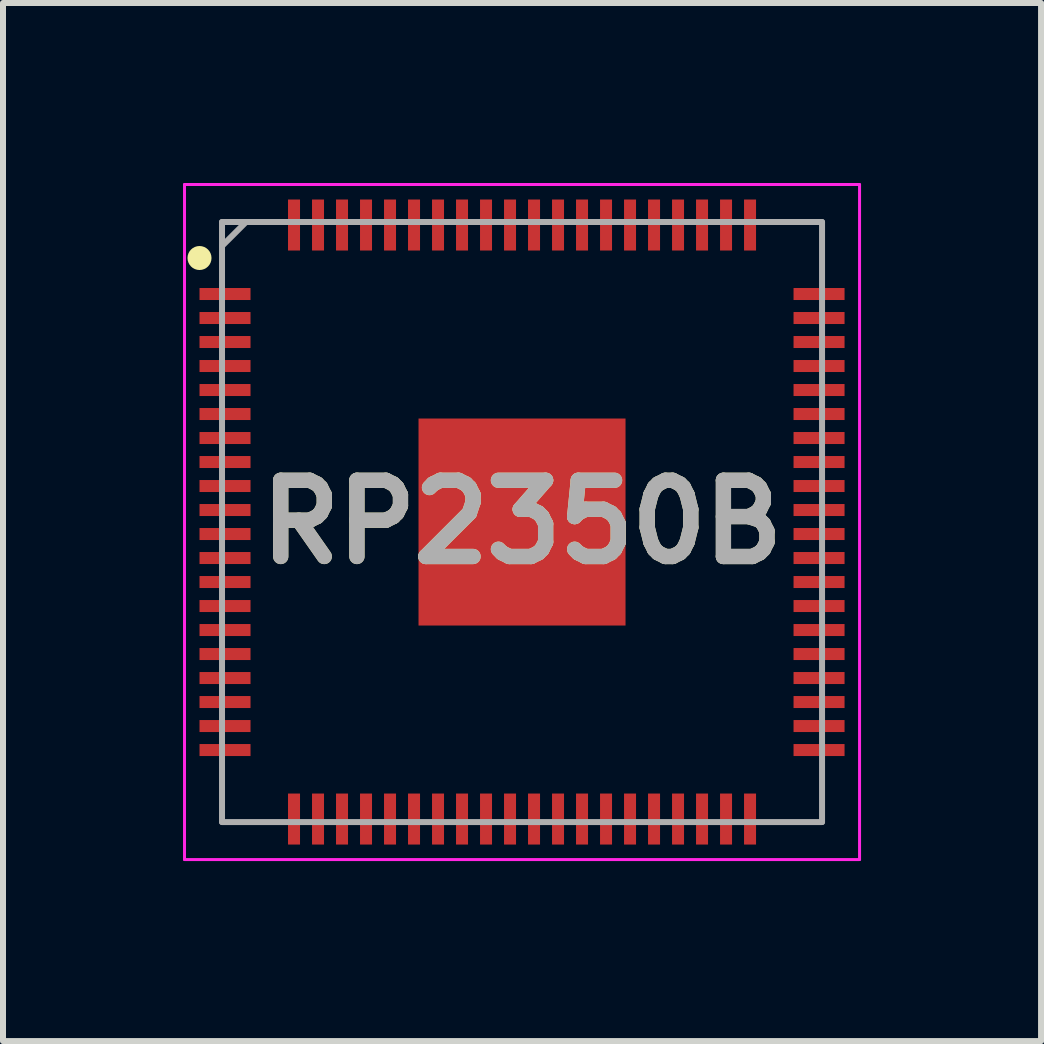
<source format=kicad_pcb>
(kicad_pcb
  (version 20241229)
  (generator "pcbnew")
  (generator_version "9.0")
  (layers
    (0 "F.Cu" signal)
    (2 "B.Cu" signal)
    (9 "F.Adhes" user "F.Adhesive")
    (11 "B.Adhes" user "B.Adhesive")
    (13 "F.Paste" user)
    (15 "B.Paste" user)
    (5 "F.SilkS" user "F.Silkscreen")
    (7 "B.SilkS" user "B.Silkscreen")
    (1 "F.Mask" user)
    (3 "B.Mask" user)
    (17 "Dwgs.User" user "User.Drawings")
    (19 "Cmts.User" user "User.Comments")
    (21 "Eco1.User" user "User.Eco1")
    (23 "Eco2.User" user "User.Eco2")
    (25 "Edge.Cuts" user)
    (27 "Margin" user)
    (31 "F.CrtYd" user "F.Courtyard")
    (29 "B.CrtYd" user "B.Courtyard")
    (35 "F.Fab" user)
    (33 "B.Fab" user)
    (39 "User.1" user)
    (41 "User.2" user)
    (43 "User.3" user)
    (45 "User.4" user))
  (footprint "RP2350B"
    (layer "F.Cu")
    (at 5.65 5.65)
    (property "Reference" "RP2350B" (at 0 0 0) (layer "F.SilkS") (effects (font (size 1.27 1.27) (thickness 0.254))))
    (attr smd)
    (fp_circle (center -5.375 -4.4) (end -5.375 -4.3) (stroke (width 0.2) (type solid)) (fill no) (layer "F.SilkS"))
    (fp_line (start -5.625 -5.625) (end 5.625 -5.625) (stroke (width 0.05) (type solid)) (layer "F.CrtYd"))
    (fp_line (start -5.625 5.625) (end -5.625 -5.625) (stroke (width 0.05) (type solid)) (layer "F.CrtYd"))
    (fp_line (start 5.625 -5.625) (end 5.625 5.625) (stroke (width 0.05) (type solid)) (layer "F.CrtYd"))
    (fp_line (start 5.625 5.625) (end -5.625 5.625) (stroke (width 0.05) (type solid)) (layer "F.CrtYd"))
    (fp_line (start -5 -5) (end 5 -5) (stroke (width 0.1) (type solid)) (layer "F.Fab"))
    (fp_line (start -5 -4.6) (end -4.6 -5) (stroke (width 0.1) (type solid)) (layer "F.Fab"))
    (fp_line (start -5 5) (end -5 -5) (stroke (width 0.1) (type solid)) (layer "F.Fab"))
    (fp_line (start 5 -5) (end 5 5) (stroke (width 0.1) (type solid)) (layer "F.Fab"))
    (fp_line (start 5 5) (end -5 5) (stroke (width 0.1) (type solid)) (layer "F.Fab"))
    (fp_text user "${REFERENCE}" (at 0 0 0) (layer "F.Fab") (effects (font (size 1.27 1.27) (thickness 0.254))))
    (pad "1" smd rect (at -4.95 -3.8 90) (size 0.2 0.85) (layers "F.Cu" "F.Mask" "F.Paste"))
    (pad "2" smd rect (at -4.95 -3.4 90) (size 0.2 0.85) (layers "F.Cu" "F.Mask" "F.Paste"))
    (pad "3" smd rect (at -4.95 -3 90) (size 0.2 0.85) (layers "F.Cu" "F.Mask" "F.Paste"))
    (pad "4" smd rect (at -4.95 -2.6 90) (size 0.2 0.85) (layers "F.Cu" "F.Mask" "F.Paste"))
    (pad "5" smd rect (at -4.95 -2.2 90) (size 0.2 0.85) (layers "F.Cu" "F.Mask" "F.Paste"))
    (pad "6" smd rect (at -4.95 -1.8 90) (size 0.2 0.85) (layers "F.Cu" "F.Mask" "F.Paste"))
    (pad "7" smd rect (at -4.95 -1.4 90) (size 0.2 0.85) (layers "F.Cu" "F.Mask" "F.Paste"))
    (pad "8" smd rect (at -4.95 -1 90) (size 0.2 0.85) (layers "F.Cu" "F.Mask" "F.Paste"))
    (pad "9" smd rect (at -4.95 -0.6 90) (size 0.2 0.85) (layers "F.Cu" "F.Mask" "F.Paste"))
    (pad "10" smd rect (at -4.95 -0.2 90) (size 0.2 0.85) (layers "F.Cu" "F.Mask" "F.Paste"))
    (pad "11" smd rect (at -4.95 0.2 90) (size 0.2 0.85) (layers "F.Cu" "F.Mask" "F.Paste"))
    (pad "12" smd rect (at -4.95 0.6 90) (size 0.2 0.85) (layers "F.Cu" "F.Mask" "F.Paste"))
    (pad "13" smd rect (at -4.95 1 90) (size 0.2 0.85) (layers "F.Cu" "F.Mask" "F.Paste"))
    (pad "14" smd rect (at -4.95 1.4 90) (size 0.2 0.85) (layers "F.Cu" "F.Mask" "F.Paste"))
    (pad "15" smd rect (at -4.95 1.8 90) (size 0.2 0.85) (layers "F.Cu" "F.Mask" "F.Paste"))
    (pad "16" smd rect (at -4.95 2.2 90) (size 0.2 0.85) (layers "F.Cu" "F.Mask" "F.Paste"))
    (pad "17" smd rect (at -4.95 2.6 90) (size 0.2 0.85) (layers "F.Cu" "F.Mask" "F.Paste"))
    (pad "18" smd rect (at -4.95 3 90) (size 0.2 0.85) (layers "F.Cu" "F.Mask" "F.Paste"))
    (pad "19" smd rect (at -4.95 3.4 90) (size 0.2 0.85) (layers "F.Cu" "F.Mask" "F.Paste"))
    (pad "20" smd rect (at -4.95 3.8 90) (size 0.2 0.85) (layers "F.Cu" "F.Mask" "F.Paste"))
    (pad "21" smd rect (at -3.8 4.95) (size 0.2 0.85) (layers "F.Cu" "F.Mask" "F.Paste"))
    (pad "22" smd rect (at -3.4 4.95) (size 0.2 0.85) (layers "F.Cu" "F.Mask" "F.Paste"))
    (pad "23" smd rect (at -3 4.95) (size 0.2 0.85) (layers "F.Cu" "F.Mask" "F.Paste"))
    (pad "24" smd rect (at -2.6 4.95) (size 0.2 0.85) (layers "F.Cu" "F.Mask" "F.Paste"))
    (pad "25" smd rect (at -2.2 4.95) (size 0.2 0.85) (layers "F.Cu" "F.Mask" "F.Paste"))
    (pad "26" smd rect (at -1.8 4.95) (size 0.2 0.85) (layers "F.Cu" "F.Mask" "F.Paste"))
    (pad "27" smd rect (at -1.4 4.95) (size 0.2 0.85) (layers "F.Cu" "F.Mask" "F.Paste"))
    (pad "28" smd rect (at -1 4.95) (size 0.2 0.85) (layers "F.Cu" "F.Mask" "F.Paste"))
    (pad "29" smd rect (at -0.6 4.95) (size 0.2 0.85) (layers "F.Cu" "F.Mask" "F.Paste"))
    (pad "30" smd rect (at -0.2 4.95) (size 0.2 0.85) (layers "F.Cu" "F.Mask" "F.Paste"))
    (pad "31" smd rect (at 0.2 4.95) (size 0.2 0.85) (layers "F.Cu" "F.Mask" "F.Paste"))
    (pad "32" smd rect (at 0.6 4.95) (size 0.2 0.85) (layers "F.Cu" "F.Mask" "F.Paste"))
    (pad "33" smd rect (at 1 4.95) (size 0.2 0.85) (layers "F.Cu" "F.Mask" "F.Paste"))
    (pad "34" smd rect (at 1.4 4.95) (size 0.2 0.85) (layers "F.Cu" "F.Mask" "F.Paste"))
    (pad "35" smd rect (at 1.8 4.95) (size 0.2 0.85) (layers "F.Cu" "F.Mask" "F.Paste"))
    (pad "36" smd rect (at 2.2 4.95) (size 0.2 0.85) (layers "F.Cu" "F.Mask" "F.Paste"))
    (pad "37" smd rect (at 2.6 4.95) (size 0.2 0.85) (layers "F.Cu" "F.Mask" "F.Paste"))
    (pad "38" smd rect (at 3 4.95) (size 0.2 0.85) (layers "F.Cu" "F.Mask" "F.Paste"))
    (pad "39" smd rect (at 3.4 4.95) (size 0.2 0.85) (layers "F.Cu" "F.Mask" "F.Paste"))
    (pad "40" smd rect (at 3.8 4.95) (size 0.2 0.85) (layers "F.Cu" "F.Mask" "F.Paste"))
    (pad "41" smd rect (at 4.95 3.8 90) (size 0.2 0.85) (layers "F.Cu" "F.Mask" "F.Paste"))
    (pad "42" smd rect (at 4.95 3.4 90) (size 0.2 0.85) (layers "F.Cu" "F.Mask" "F.Paste"))
    (pad "43" smd rect (at 4.95 3 90) (size 0.2 0.85) (layers "F.Cu" "F.Mask" "F.Paste"))
    (pad "44" smd rect (at 4.95 2.6 90) (size 0.2 0.85) (layers "F.Cu" "F.Mask" "F.Paste"))
    (pad "45" smd rect (at 4.95 2.2 90) (size 0.2 0.85) (layers "F.Cu" "F.Mask" "F.Paste"))
    (pad "46" smd rect (at 4.95 1.8 90) (size 0.2 0.85) (layers "F.Cu" "F.Mask" "F.Paste"))
    (pad "47" smd rect (at 4.95 1.4 90) (size 0.2 0.85) (layers "F.Cu" "F.Mask" "F.Paste"))
    (pad "48" smd rect (at 4.95 1 90) (size 0.2 0.85) (layers "F.Cu" "F.Mask" "F.Paste"))
    (pad "49" smd rect (at 4.95 0.6 90) (size 0.2 0.85) (layers "F.Cu" "F.Mask" "F.Paste"))
    (pad "50" smd rect (at 4.95 0.2 90) (size 0.2 0.85) (layers "F.Cu" "F.Mask" "F.Paste"))
    (pad "51" smd rect (at 4.95 -0.2 90) (size 0.2 0.85) (layers "F.Cu" "F.Mask" "F.Paste"))
    (pad "52" smd rect (at 4.95 -0.6 90) (size 0.2 0.85) (layers "F.Cu" "F.Mask" "F.Paste"))
    (pad "53" smd rect (at 4.95 -1 90) (size 0.2 0.85) (layers "F.Cu" "F.Mask" "F.Paste"))
    (pad "54" smd rect (at 4.95 -1.4 90) (size 0.2 0.85) (layers "F.Cu" "F.Mask" "F.Paste"))
    (pad "55" smd rect (at 4.95 -1.8 90) (size 0.2 0.85) (layers "F.Cu" "F.Mask" "F.Paste"))
    (pad "56" smd rect (at 4.95 -2.2 90) (size 0.2 0.85) (layers "F.Cu" "F.Mask" "F.Paste"))
    (pad "57" smd rect (at 4.95 -2.6 90) (size 0.2 0.85) (layers "F.Cu" "F.Mask" "F.Paste"))
    (pad "58" smd rect (at 4.95 -3 90) (size 0.2 0.85) (layers "F.Cu" "F.Mask" "F.Paste"))
    (pad "59" smd rect (at 4.95 -3.4 90) (size 0.2 0.85) (layers "F.Cu" "F.Mask" "F.Paste"))
    (pad "60" smd rect (at 4.95 -3.8 90) (size 0.2 0.85) (layers "F.Cu" "F.Mask" "F.Paste"))
    (pad "61" smd rect (at 3.8 -4.95) (size 0.2 0.85) (layers "F.Cu" "F.Mask" "F.Paste"))
    (pad "62" smd rect (at 3.4 -4.95) (size 0.2 0.85) (layers "F.Cu" "F.Mask" "F.Paste"))
    (pad "63" smd rect (at 3 -4.95) (size 0.2 0.85) (layers "F.Cu" "F.Mask" "F.Paste"))
    (pad "64" smd rect (at 2.6 -4.95) (size 0.2 0.85) (layers "F.Cu" "F.Mask" "F.Paste"))
    (pad "65" smd rect (at 2.2 -4.95) (size 0.2 0.85) (layers "F.Cu" "F.Mask" "F.Paste"))
    (pad "66" smd rect (at 1.8 -4.95) (size 0.2 0.85) (layers "F.Cu" "F.Mask" "F.Paste"))
    (pad "67" smd rect (at 1.4 -4.95) (size 0.2 0.85) (layers "F.Cu" "F.Mask" "F.Paste"))
    (pad "68" smd rect (at 1 -4.95) (size 0.2 0.85) (layers "F.Cu" "F.Mask" "F.Paste"))
    (pad "69" smd rect (at 0.6 -4.95) (size 0.2 0.85) (layers "F.Cu" "F.Mask" "F.Paste"))
    (pad "70" smd rect (at 0.2 -4.95) (size 0.2 0.85) (layers "F.Cu" "F.Mask" "F.Paste"))
    (pad "71" smd rect (at -0.2 -4.95) (size 0.2 0.85) (layers "F.Cu" "F.Mask" "F.Paste"))
    (pad "72" smd rect (at -0.6 -4.95) (size 0.2 0.85) (layers "F.Cu" "F.Mask" "F.Paste"))
    (pad "73" smd rect (at -1 -4.95) (size 0.2 0.85) (layers "F.Cu" "F.Mask" "F.Paste"))
    (pad "74" smd rect (at -1.4 -4.95) (size 0.2 0.85) (layers "F.Cu" "F.Mask" "F.Paste"))
    (pad "75" smd rect (at -1.8 -4.95) (size 0.2 0.85) (layers "F.Cu" "F.Mask" "F.Paste"))
    (pad "76" smd rect (at -2.2 -4.95) (size 0.2 0.85) (layers "F.Cu" "F.Mask" "F.Paste"))
    (pad "77" smd rect (at -2.6 -4.95) (size 0.2 0.85) (layers "F.Cu" "F.Mask" "F.Paste"))
    (pad "78" smd rect (at -3 -4.95) (size 0.2 0.85) (layers "F.Cu" "F.Mask" "F.Paste"))
    (pad "79" smd rect (at -3.4 -4.95) (size 0.2 0.85) (layers "F.Cu" "F.Mask" "F.Paste"))
    (pad "80" smd rect (at -3.8 -4.95) (size 0.2 0.85) (layers "F.Cu" "F.Mask" "F.Paste"))
    (pad "81" smd rect (at 0 0) (size 3.45 3.45) (layers "F.Cu" "F.Mask" "F.Paste")))
  (gr_rect
    (start -3 -3)
    (end 14.3 14.3)
    (stroke (width 0.1) (type default))
    (fill no)
    (layer "Edge.Cuts")))
</source>
